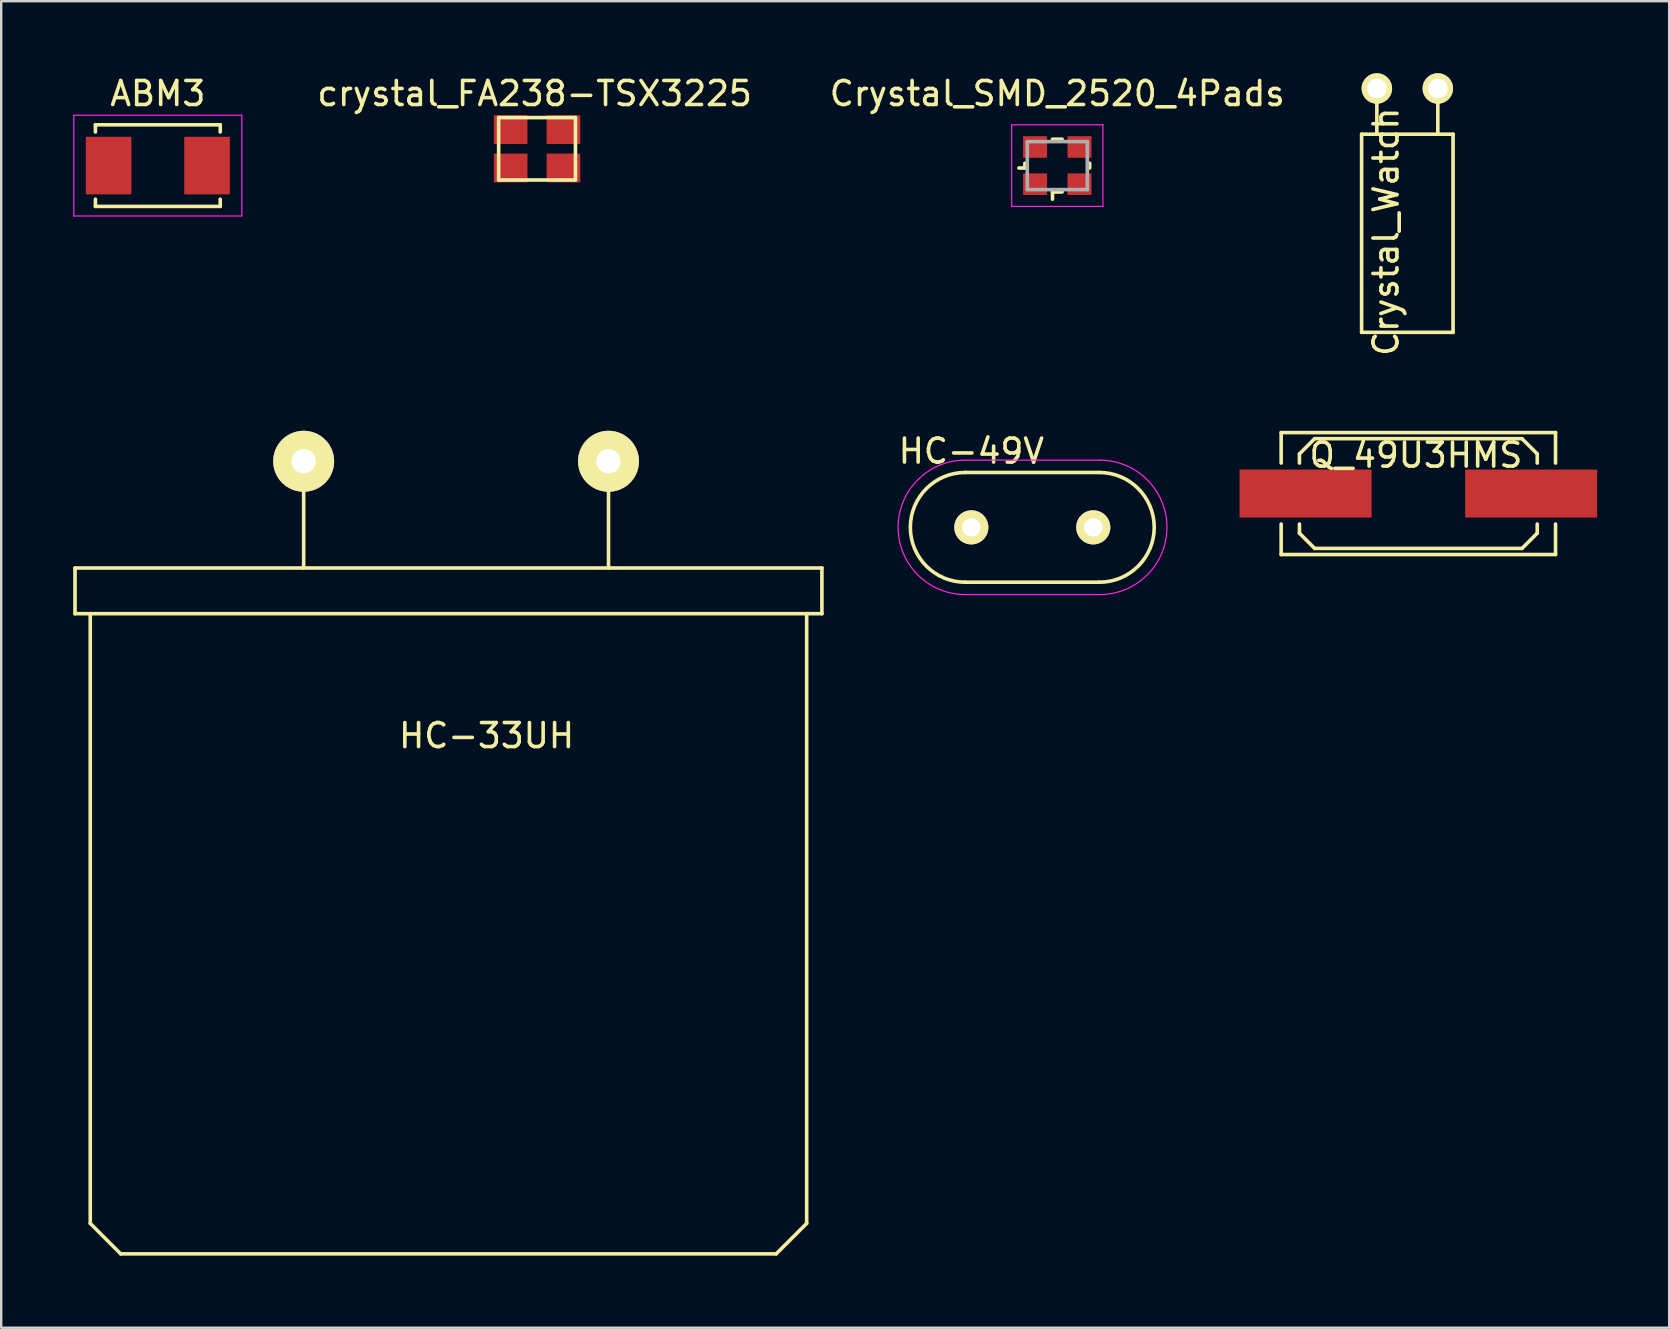
<source format=kicad_pcb>
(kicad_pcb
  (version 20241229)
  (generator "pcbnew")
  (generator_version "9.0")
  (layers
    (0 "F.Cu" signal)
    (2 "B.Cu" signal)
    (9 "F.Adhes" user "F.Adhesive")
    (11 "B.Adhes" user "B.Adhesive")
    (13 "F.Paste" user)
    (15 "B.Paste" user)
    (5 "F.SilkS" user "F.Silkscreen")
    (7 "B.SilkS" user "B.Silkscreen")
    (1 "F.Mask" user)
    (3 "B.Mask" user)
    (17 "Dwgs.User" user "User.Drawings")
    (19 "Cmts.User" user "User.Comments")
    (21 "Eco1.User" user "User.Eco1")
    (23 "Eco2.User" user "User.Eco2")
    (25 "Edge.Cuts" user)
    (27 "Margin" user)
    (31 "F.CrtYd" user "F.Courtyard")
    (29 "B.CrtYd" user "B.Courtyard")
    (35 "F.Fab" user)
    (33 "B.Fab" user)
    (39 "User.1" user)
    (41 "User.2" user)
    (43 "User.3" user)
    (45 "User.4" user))
  (footprint "crystal_FA238-TSX3225"
    (layer "F.Cu")
    (at 19.323 3.148)
    (property "Reference" "crystal_FA238-TSX3225" (at -0.1 -2.3 0) (layer "F.SilkS") (effects (font (size 1 1) (thickness 0.15))))
    (attr through_hole)
    (fp_line (start -1.6 -1.3) (end 1.6 -1.3) (stroke (width 0.15) (type solid)) (layer "F.SilkS"))
    (fp_line (start -1.6 1.3) (end -1.6 -1.3) (stroke (width 0.15) (type solid)) (layer "F.SilkS"))
    (fp_line (start 1.6 -1.3) (end 1.6 1.3) (stroke (width 0.15) (type solid)) (layer "F.SilkS"))
    (fp_line (start 1.6 1.3) (end -1.6 1.3) (stroke (width 0.15) (type solid)) (layer "F.SilkS"))
    (pad "1" smd rect (at -1.1 0.8) (size 1.4 1.2) (layers "F.Cu" "F.Mask" "F.Paste"))
    (pad "2" smd rect (at 1.1 -0.8) (size 1.4 1.2) (layers "F.Cu" "F.Mask" "F.Paste"))
    (pad "3" smd rect (at -1.1 -0.8) (size 1.4 1.2) (layers "F.Cu" "F.Mask" "F.Paste"))
    (pad "3" smd rect (at 1.1 0.8) (size 1.4 1.2) (layers "F.Cu" "F.Mask" "F.Paste")))
  (footprint "Crystal_Watch"
    (layer "F.Cu")
    (at 55.578 0.635)
    (property "Reference" "Crystal_Watch" (at -0.889 5.969 90) (layer "F.SilkS") (effects (font (size 1 1) (thickness 0.15))))
    (attr through_hole)
    (fp_line (start -1.905 1.905) (end 1.905 1.905) (stroke (width 0.15) (type solid)) (layer "F.SilkS"))
    (fp_line (start -1.905 10.16) (end -1.905 1.905) (stroke (width 0.15) (type solid)) (layer "F.SilkS"))
    (fp_line (start -1.27 0) (end -1.27 1.905) (stroke (width 0.15) (type solid)) (layer "F.SilkS"))
    (fp_line (start 1.27 0) (end 1.27 1.905) (stroke (width 0.15) (type solid)) (layer "F.SilkS"))
    (fp_line (start 1.905 1.905) (end 1.905 10.16) (stroke (width 0.15) (type solid)) (layer "F.SilkS"))
    (fp_line (start 1.905 10.16) (end -1.905 10.16) (stroke (width 0.15) (type solid)) (layer "F.SilkS"))
    (pad "1" thru_hole circle (at -1.27 0) (size 1.27 1.27) (drill 0.813) (layers "*.Cu" "*.Mask" "F.SilkS"))
    (pad "2" thru_hole circle (at 1.27 0) (size 1.27 1.27) (drill 0.813) (layers "*.Cu" "*.Mask" "F.SilkS")))
  (footprint "HC-49V"
    (layer "F.Cu")
    (at 37.414 18.919)
    (property "Reference" "HC-49V" (at 0 -3.175 0) (layer "F.SilkS") (effects (font (size 1 1) (thickness 0.15))))
    (attr through_hole)
    (fp_line (start -0.254 -2.286) (end 5.334 -2.286) (stroke (width 0.15) (type solid)) (layer "F.SilkS"))
    (fp_line (start -0.254 2.286) (end 5.334 2.286) (stroke (width 0.15) (type solid)) (layer "F.SilkS"))
    (fp_arc (start -0.254 2.286) (mid -2.54 0) (end -0.254 -2.286) (stroke (width 0.15) (type solid)) (layer "F.SilkS"))
    (fp_arc (start 5.334 -2.286) (mid 7.62 0) (end 5.334 2.286) (stroke (width 0.15) (type solid)) (layer "F.SilkS"))
    (fp_line (start -0.25 -2.8) (end 5.35 -2.8) (stroke (width 0.05) (type solid)) (layer "F.CrtYd"))
    (fp_line (start 5.35 2.8) (end -0.25 2.8) (stroke (width 0.05) (type solid)) (layer "F.CrtYd"))
    (fp_arc (start -0.25 2.8) (mid -3.05 0) (end -0.25 -2.8) (stroke (width 0.05) (type solid)) (layer "F.CrtYd"))
    (fp_arc (start 5.35 -2.8) (mid 8.15 0) (end 5.35 2.8) (stroke (width 0.05) (type solid)) (layer "F.CrtYd"))
    (pad "1" thru_hole circle (at 0 0) (size 1.422 1.422) (drill 0.762) (layers "*.Cu" "*.Mask" "F.SilkS"))
    (pad "2" thru_hole circle (at 5.08 0) (size 1.422 1.422) (drill 0.762) (layers "*.Cu" "*.Mask" "F.SilkS")))
  (footprint "ABM3"
    (layer "F.Cu")
    (at 3.525 3.848)
    (property "Reference" "ABM3" (at 0 -3 0) (layer "F.SilkS") (effects (font (size 1 1) (thickness 0.15))))
    (attr smd)
    (fp_line (start -2.6 -1.7) (end -2.6 -1.4) (stroke (width 0.15) (type solid)) (layer "F.SilkS"))
    (fp_line (start -2.6 -1.7) (end 2.6 -1.7) (stroke (width 0.15) (type solid)) (layer "F.SilkS"))
    (fp_line (start -2.6 1.7) (end -2.6 1.4) (stroke (width 0.15) (type solid)) (layer "F.SilkS"))
    (fp_line (start -2.6 1.7) (end 2.6 1.7) (stroke (width 0.15) (type solid)) (layer "F.SilkS"))
    (fp_line (start 2.6 -1.7) (end 2.6 -1.4) (stroke (width 0.15) (type solid)) (layer "F.SilkS"))
    (fp_line (start 2.6 1.7) (end 2.6 1.4) (stroke (width 0.15) (type solid)) (layer "F.SilkS"))
    (fp_line (start -3.5 -2.1) (end 3.5 -2.1) (stroke (width 0.05) (type solid)) (layer "F.CrtYd"))
    (fp_line (start -3.5 2.1) (end -3.5 -2.1) (stroke (width 0.05) (type solid)) (layer "F.CrtYd"))
    (fp_line (start 3.5 -2.1) (end 3.5 2.1) (stroke (width 0.05) (type solid)) (layer "F.CrtYd"))
    (fp_line (start 3.5 2.1) (end -3.5 2.1) (stroke (width 0.05) (type solid)) (layer "F.CrtYd"))
    (pad "1" smd rect (at -2.05 0) (size 1.9 2.4) (layers "F.Cu" "F.Mask" "F.Paste"))
    (pad "2" smd rect (at 2.05 0) (size 1.9 2.4) (layers "F.Cu" "F.Mask" "F.Paste")))
  (footprint "Crystal_SMD_2520_4Pads"
    (layer "F.Cu")
    (at 40.996 3.848)
    (property "Reference" "Crystal_SMD_2520_4Pads" (at 0 -3 0) (layer "F.SilkS") (effects (font (size 1 1) (thickness 0.15))))
    (attr smd)
    (fp_line (start -1.35 0.1) (end -1.6 0.1) (stroke (width 0.15) (type solid)) (layer "F.SilkS"))
    (fp_line (start -1.35 0.1) (end -1.35 -0.1) (stroke (width 0.15) (type solid)) (layer "F.SilkS"))
    (fp_line (start -0.2 -1.1) (end 0.2 -1.1) (stroke (width 0.15) (type solid)) (layer "F.SilkS"))
    (fp_line (start -0.2 1.1) (end -0.2 1.4) (stroke (width 0.15) (type solid)) (layer "F.SilkS"))
    (fp_line (start 0.2 1.1) (end -0.2 1.1) (stroke (width 0.15) (type solid)) (layer "F.SilkS"))
    (fp_line (start 1.35 0.1) (end 1.35 -0.1) (stroke (width 0.15) (type solid)) (layer "F.SilkS"))
    (fp_line (start -1.9 -1.7) (end -1.9 1.7) (stroke (width 0.05) (type solid)) (layer "F.CrtYd"))
    (fp_line (start -1.9 1.7) (end 1.9 1.7) (stroke (width 0.05) (type solid)) (layer "F.CrtYd"))
    (fp_line (start 1.9 -1.7) (end -1.9 -1.7) (stroke (width 0.05) (type solid)) (layer "F.CrtYd"))
    (fp_line (start 1.9 1.7) (end 1.9 -1.7) (stroke (width 0.05) (type solid)) (layer "F.CrtYd"))
    (fp_line (start -1.25 -1) (end -1.25 1) (stroke (width 0.15) (type solid)) (layer "F.Fab"))
    (fp_line (start -1.25 1) (end 1.25 1) (stroke (width 0.15) (type solid)) (layer "F.Fab"))
    (fp_line (start 1.25 -1) (end -1.25 -1) (stroke (width 0.15) (type solid)) (layer "F.Fab"))
    (fp_line (start 1.25 1) (end 1.25 -1) (stroke (width 0.15) (type solid)) (layer "F.Fab"))
    (pad "1" smd rect (at -0.925 0.775) (size 1 0.9) (layers "F.Cu" "F.Mask" "F.Paste"))
    (pad "2" smd rect (at 0.925 -0.775) (size 1 0.9) (layers "F.Cu" "F.Mask" "F.Paste"))
    (pad "3" smd rect (at -0.925 -0.775) (size 1 0.9) (layers "F.Cu" "F.Mask" "F.Paste"))
    (pad "3" smd rect (at 0.925 0.775) (size 1 0.9) (layers "F.Cu" "F.Mask" "F.Paste")))
  (footprint "HC-33UH"
    (layer "F.Cu")
    (at 15.95 16.166)
    (property "Reference" "HC-33UH" (at 1.27 11.43 0) (layer "F.SilkS") (effects (font (size 1 1) (thickness 0.15))))
    (attr through_hole)
    (fp_line (start -15.875 6.35) (end -15.875 4.445) (stroke (width 0.15) (type solid)) (layer "F.SilkS"))
    (fp_line (start -15.24 31.75) (end -15.24 6.35) (stroke (width 0.15) (type solid)) (layer "F.SilkS"))
    (fp_line (start -13.97 33.02) (end -15.24 31.75) (stroke (width 0.15) (type solid)) (layer "F.SilkS"))
    (fp_line (start -6.35 0) (end -6.35 4.445) (stroke (width 0.15) (type solid)) (layer "F.SilkS"))
    (fp_line (start 6.35 0) (end 6.35 4.445) (stroke (width 0.15) (type solid)) (layer "F.SilkS"))
    (fp_line (start 13.335 33.02) (end -13.97 33.02) (stroke (width 0.15) (type solid)) (layer "F.SilkS"))
    (fp_line (start 14.605 6.35) (end 14.605 31.75) (stroke (width 0.15) (type solid)) (layer "F.SilkS"))
    (fp_line (start 14.605 31.75) (end 13.335 33.02) (stroke (width 0.15) (type solid)) (layer "F.SilkS"))
    (fp_line (start 15.24 4.445) (end -15.875 4.445) (stroke (width 0.15) (type solid)) (layer "F.SilkS"))
    (fp_line (start 15.24 4.445) (end 15.24 6.35) (stroke (width 0.15) (type solid)) (layer "F.SilkS"))
    (fp_line (start 15.24 6.35) (end -15.875 6.35) (stroke (width 0.15) (type solid)) (layer "F.SilkS"))
    (pad "1" thru_hole circle (at -6.35 0) (size 2.54 2.54) (drill 1.016) (layers "*.Cu" "*.Mask" "F.SilkS"))
    (pad "2" thru_hole circle (at 6.35 0) (size 2.54 2.54) (drill 1.016) (layers "*.Cu" "*.Mask" "F.SilkS")))
  (footprint "Q_49U3HMS"
    (layer "F.Cu")
    (at 56.037 17.511)
    (property "Reference" "Q_49U3HMS" (at -0.1 -1.6 0) (layer "F.SilkS") (effects (font (size 1 1) (thickness 0.15))))
    (attr through_hole)
    (fp_line (start -5.715 -2.54) (end -5.715 -1.27) (stroke (width 0.15) (type solid)) (layer "F.SilkS"))
    (fp_line (start -5.715 -2.54) (end 5.715 -2.54) (stroke (width 0.15) (type solid)) (layer "F.SilkS"))
    (fp_line (start -5.715 2.54) (end -5.715 1.27) (stroke (width 0.15) (type solid)) (layer "F.SilkS"))
    (fp_line (start -4.953 -1.651) (end -4.953 -1.27) (stroke (width 0.15) (type solid)) (layer "F.SilkS"))
    (fp_line (start -4.953 1.651) (end -4.953 1.27) (stroke (width 0.15) (type solid)) (layer "F.SilkS"))
    (fp_line (start -4.953 1.651) (end -4.318 2.286) (stroke (width 0.15) (type solid)) (layer "F.SilkS"))
    (fp_line (start -4.318 -2.286) (end -4.953 -1.651) (stroke (width 0.15) (type solid)) (layer "F.SilkS"))
    (fp_line (start -4.318 2.286) (end 4.318 2.286) (stroke (width 0.15) (type solid)) (layer "F.SilkS"))
    (fp_line (start 4.318 -2.286) (end -4.318 -2.286) (stroke (width 0.15) (type solid)) (layer "F.SilkS"))
    (fp_line (start 4.318 2.286) (end 4.953 1.651) (stroke (width 0.15) (type solid)) (layer "F.SilkS"))
    (fp_line (start 4.953 -1.651) (end 4.318 -2.286) (stroke (width 0.15) (type solid)) (layer "F.SilkS"))
    (fp_line (start 4.953 -1.651) (end 4.953 -1.27) (stroke (width 0.15) (type solid)) (layer "F.SilkS"))
    (fp_line (start 4.953 1.651) (end 4.953 1.27) (stroke (width 0.15) (type solid)) (layer "F.SilkS"))
    (fp_line (start 5.715 -2.54) (end 5.715 -1.27) (stroke (width 0.15) (type solid)) (layer "F.SilkS"))
    (fp_line (start 5.715 2.54) (end -5.715 2.54) (stroke (width 0.15) (type solid)) (layer "F.SilkS"))
    (fp_line (start 5.715 2.54) (end 5.715 1.27) (stroke (width 0.15) (type solid)) (layer "F.SilkS"))
    (pad "1" smd rect (at -4.699 0) (size 5.499 1.999) (layers "F.Cu" "F.Mask" "F.Paste"))
    (pad "2" smd rect (at 4.699 0) (size 5.499 1.999) (layers "F.Cu" "F.Mask" "F.Paste")))
  (gr_rect
    (start -3 -3)
    (end 66.486 52.261)
    (stroke (width 0.1) (type default))
    (fill no)
    (layer "Edge.Cuts")))
</source>
